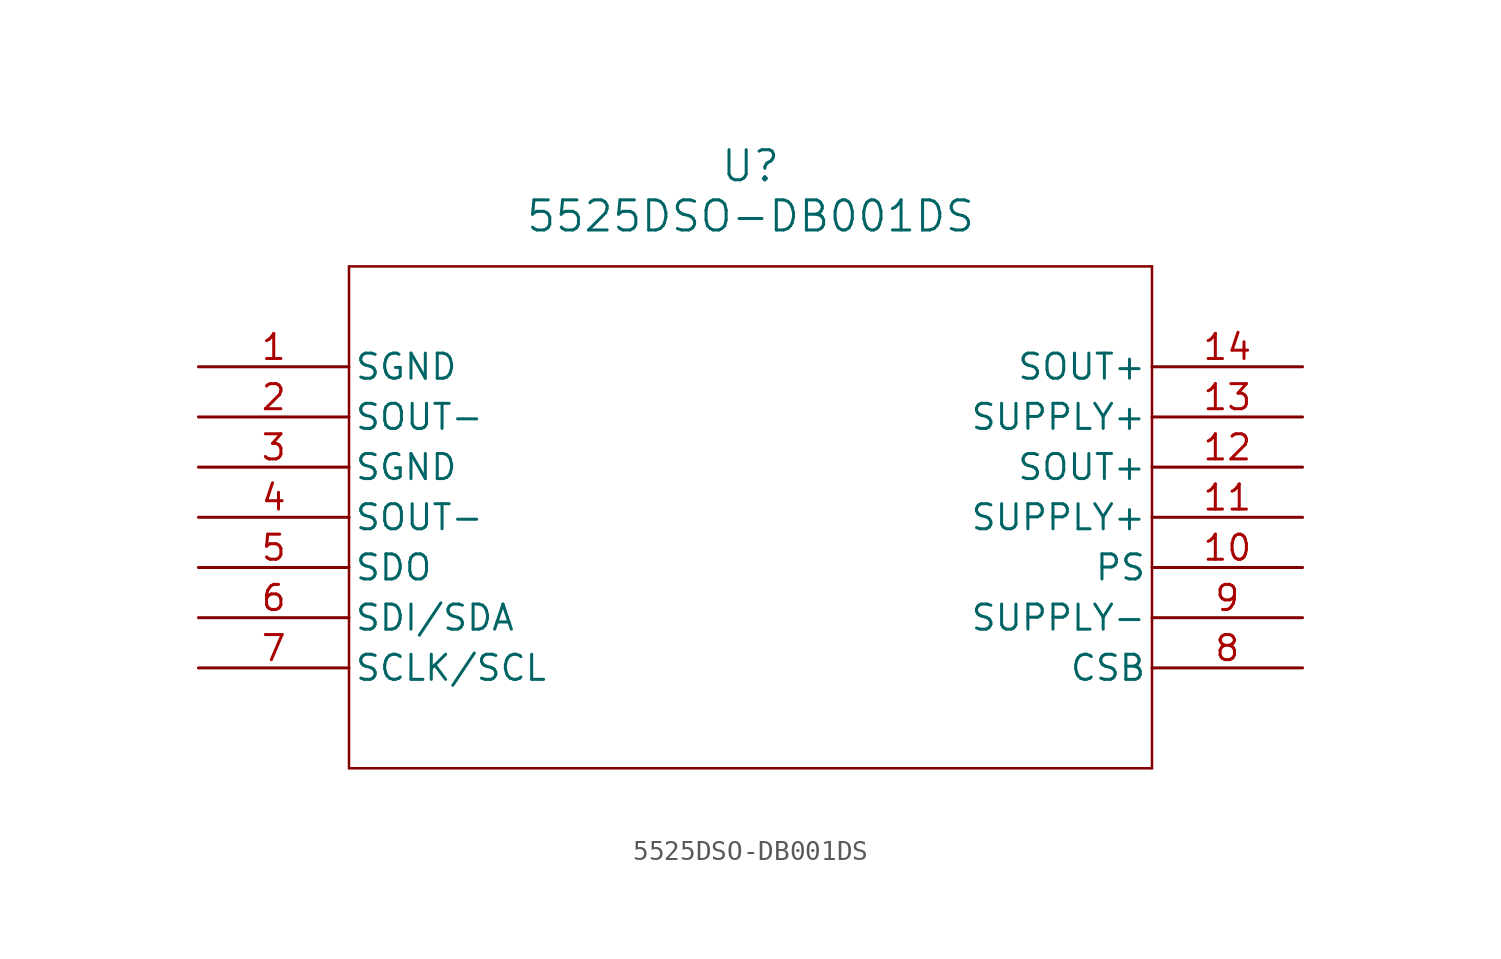
<source format=kicad_sym>
(kicad_symbol_lib
  (version 20211014)
  (generator kicad_symbol_editor)
  (symbol "5525DSO-DB001DS"
    (pin_names
      (offset 0.254))
    (property "Reference" "U"
      (at 27.94 10.16 0)
      (effects (font (size 1.524 1.524))))
    (property "Value" "5525DSO-DB001DS"
      (at 27.94 7.62 0)
      (effects (font (size 1.524 1.524))))
    (symbol "5525DSO-DB001DS_0_1"
      (polyline (pts (xy 7.62 5.08) (xy 7.62 -20.32)) (stroke (width 0.127) (type default) (color 0 0 0 0)) (fill (type none)))
      (polyline (pts (xy 7.62 -20.32) (xy 48.26 -20.32)) (stroke (width 0.127) (type default) (color 0 0 0 0)) (fill (type none)))
      (polyline (pts (xy 48.26 -20.32) (xy 48.26 5.08)) (stroke (width 0.127) (type default) (color 0 0 0 0)) (fill (type none)))
      (polyline (pts (xy 48.26 5.08) (xy 7.62 5.08)) (stroke (width 0.127) (type default) (color 0 0 0 0)) (fill (type none)))
      (pin power_out line (at 0 0 0) (length 7.62) (name "SGND" (effects (font (size 1.27 1.27)))) (number "1" (effects (font (size 1.27 1.27)))))
      (pin output line (at 0 -2.54 0) (length 7.62) (name "SOUT-" (effects (font (size 1.27 1.27)))) (number "2" (effects (font (size 1.27 1.27)))))
      (pin power_out line (at 0 -5.08 0) (length 7.62) (name "SGND" (effects (font (size 1.27 1.27)))) (number "3" (effects (font (size 1.27 1.27)))))
      (pin output line (at 0 -7.62 0) (length 7.62) (name "SOUT-" (effects (font (size 1.27 1.27)))) (number "4" (effects (font (size 1.27 1.27)))))
      (pin output line (at 0 -10.16 0) (length 7.62) (name "SDO" (effects (font (size 1.27 1.27)))) (number "5" (effects (font (size 1.27 1.27)))))
      (pin input line (at 0 -12.7 0) (length 7.62) (name "SDI/SDA" (effects (font (size 1.27 1.27)))) (number "6" (effects (font (size 1.27 1.27)))))
      (pin unspecified line (at 0 -15.24 0) (length 7.62) (name "SCLK/SCL" (effects (font (size 1.27 1.27)))) (number "7" (effects (font (size 1.27 1.27)))))
      (pin unspecified line (at 55.88 -15.24 180) (length 7.62) (name "CSB" (effects (font (size 1.27 1.27)))) (number "8" (effects (font (size 1.27 1.27)))))
      (pin power_out line (at 55.88 -12.7 180) (length 7.62) (name "SUPPLY-" (effects (font (size 1.27 1.27)))) (number "9" (effects (font (size 1.27 1.27)))))
      (pin unspecified line (at 55.88 -10.16 180) (length 7.62) (name "PS" (effects (font (size 1.27 1.27)))) (number "10" (effects (font (size 1.27 1.27)))))
      (pin power_in line (at 55.88 -7.62 180) (length 7.62) (name "SUPPLY+" (effects (font (size 1.27 1.27)))) (number "11" (effects (font (size 1.27 1.27)))))
      (pin output line (at 55.88 -5.08 180) (length 7.62) (name "SOUT+" (effects (font (size 1.27 1.27)))) (number "12" (effects (font (size 1.27 1.27)))))
      (pin power_in line (at 55.88 -2.54 180) (length 7.62) (name "SUPPLY+" (effects (font (size 1.27 1.27)))) (number "13" (effects (font (size 1.27 1.27)))))
      (pin output line (at 55.88 0 180) (length 7.62) (name "SOUT+" (effects (font (size 1.27 1.27)))) (number "14" (effects (font (size 1.27 1.27))))))))
</source>
